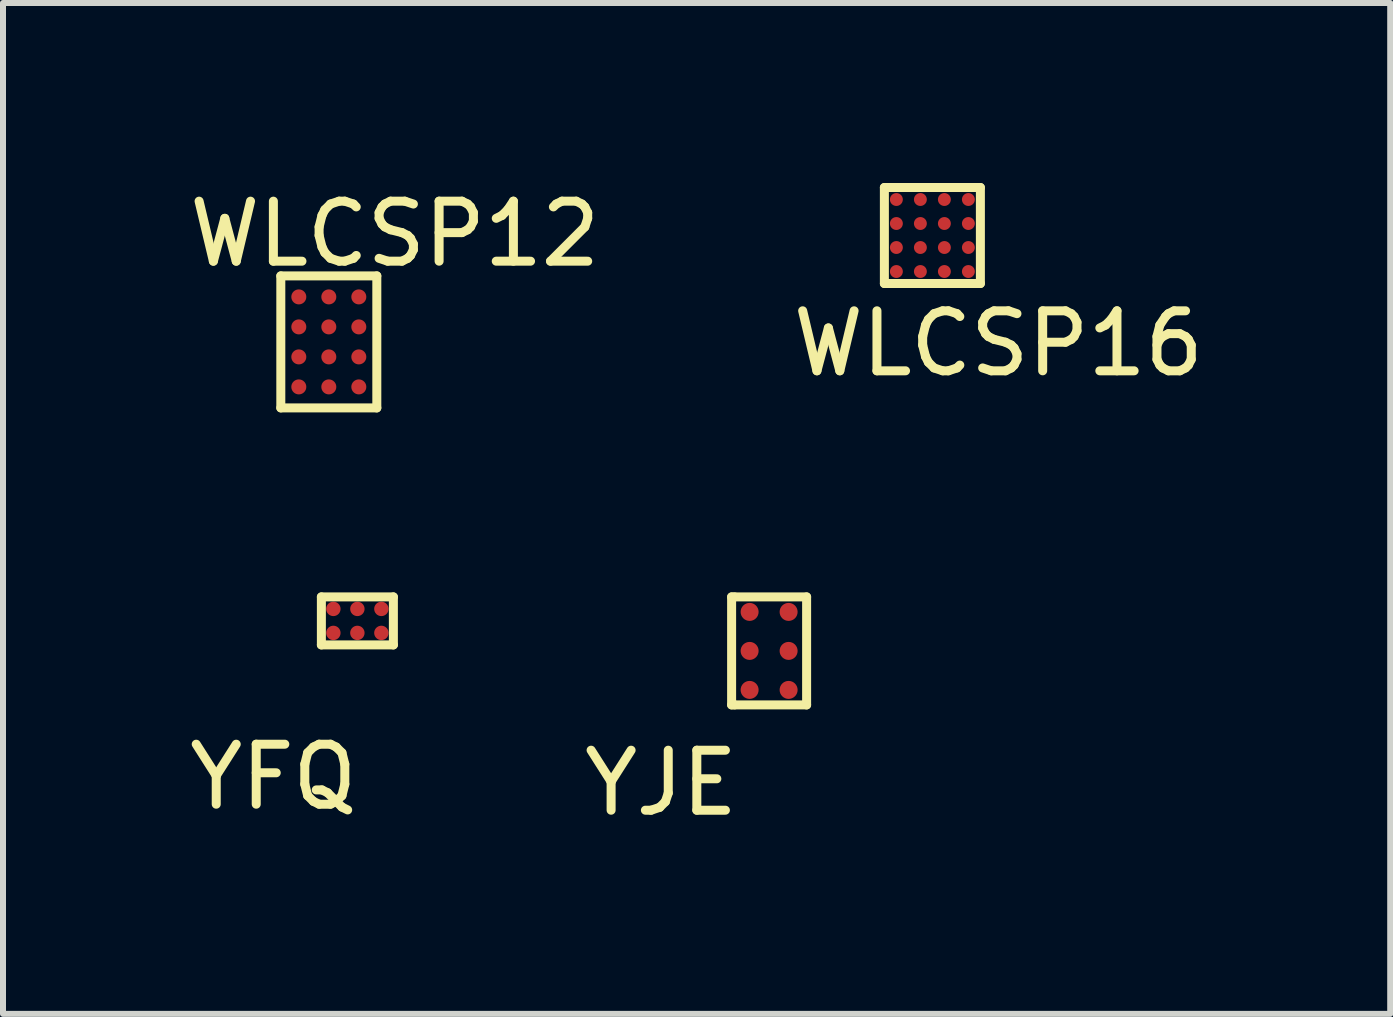
<source format=kicad_pcb>
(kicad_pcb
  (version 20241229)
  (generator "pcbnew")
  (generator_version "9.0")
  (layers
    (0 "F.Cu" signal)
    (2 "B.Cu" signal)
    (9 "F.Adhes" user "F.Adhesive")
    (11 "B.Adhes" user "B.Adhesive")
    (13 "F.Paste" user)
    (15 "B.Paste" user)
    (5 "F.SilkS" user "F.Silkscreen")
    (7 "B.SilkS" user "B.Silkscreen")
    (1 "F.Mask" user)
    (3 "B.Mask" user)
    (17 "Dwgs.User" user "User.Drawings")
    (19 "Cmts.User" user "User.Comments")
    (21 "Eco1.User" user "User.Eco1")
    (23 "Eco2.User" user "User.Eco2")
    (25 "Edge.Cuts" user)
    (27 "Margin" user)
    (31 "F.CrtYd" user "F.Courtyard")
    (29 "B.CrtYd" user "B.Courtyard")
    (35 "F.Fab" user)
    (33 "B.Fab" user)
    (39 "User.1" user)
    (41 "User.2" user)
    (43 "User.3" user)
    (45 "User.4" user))
  (footprint "YFQ"
    (layer "F.Cu")
    (at 2.906 7.298)
    (property "Reference" "YFQ" (at -1.4 2.6 0) (layer "F.SilkS") (effects (font (size 1 1) (thickness 0.15))))
    (attr through_hole)
    (fp_line (start -0.6 -0.4) (end 0.6 -0.4) (stroke (width 0.15) (type solid)) (layer "F.SilkS"))
    (fp_line (start -0.6 0.4) (end -0.6 -0.4) (stroke (width 0.15) (type solid)) (layer "F.SilkS"))
    (fp_line (start 0.6 -0.4) (end 0.6 0.4) (stroke (width 0.15) (type solid)) (layer "F.SilkS"))
    (fp_line (start 0.6 0.4) (end -0.6 0.4) (stroke (width 0.15) (type solid)) (layer "F.SilkS"))
    (pad "A1" smd circle (at -0.4 0.2 90) (size 0.24 0.24) (layers "F.Cu" "F.Mask" "F.Paste"))
    (pad "A2" smd circle (at -0.4 -0.2 90) (size 0.24 0.24) (layers "F.Cu" "F.Mask" "F.Paste"))
    (pad "B1" smd circle (at 0 0.2 90) (size 0.24 0.24) (layers "F.Cu" "F.Mask" "F.Paste"))
    (pad "B2" smd circle (at 0 -0.2 90) (size 0.24 0.24) (layers "F.Cu" "F.Mask" "F.Paste"))
    (pad "C1" smd circle (at 0.4 0.2 90) (size 0.24 0.24) (layers "F.Cu" "F.Mask" "F.Paste"))
    (pad "C2" smd circle (at 0.4 -0.2 90) (size 0.24 0.24) (layers "F.Cu" "F.Mask" "F.Paste")))
  (footprint "YJE"
    (layer "F.Cu")
    (at 9.768 7.798)
    (property "Reference" "YJE" (at -1.8 2.2 0) (layer "F.SilkS") (effects (font (size 1 1) (thickness 0.15))))
    (attr through_hole)
    (fp_line (start -0.625 -0.9) (end -0.625 0.9) (stroke (width 0.15) (type solid)) (layer "F.SilkS"))
    (fp_line (start -0.625 0.9) (end -0.575 0.9) (stroke (width 0.15) (type solid)) (layer "F.SilkS"))
    (fp_line (start -0.575 -0.9) (end -0.625 -0.9) (stroke (width 0.15) (type solid)) (layer "F.SilkS"))
    (fp_line (start -0.575 -0.9) (end 0.625 -0.9) (stroke (width 0.15) (type solid)) (layer "F.SilkS"))
    (fp_line (start 0.625 -0.9) (end 0.625 0.9) (stroke (width 0.15) (type solid)) (layer "F.SilkS"))
    (fp_line (start 0.625 0.9) (end -0.575 0.9) (stroke (width 0.15) (type solid)) (layer "F.SilkS"))
    (pad "A1" smd circle (at -0.325 -0.65) (size 0.3 0.3) (layers "F.Cu" "F.Mask" "F.Paste"))
    (pad "A2" smd circle (at 0.325 -0.65) (size 0.3 0.3) (layers "F.Cu" "F.Mask" "F.Paste"))
    (pad "B1" smd circle (at -0.325 0) (size 0.3 0.3) (layers "F.Cu" "F.Mask" "F.Paste"))
    (pad "B2" smd circle (at 0.325 0) (size 0.3 0.3) (layers "F.Cu" "F.Mask" "F.Paste"))
    (pad "C1" smd circle (at -0.325 0.65) (size 0.3 0.3) (layers "F.Cu" "F.Mask" "F.Paste"))
    (pad "C2" smd circle (at 0.325 0.65) (size 0.3 0.3) (layers "F.Cu" "F.Mask" "F.Paste")))
  (footprint "WLCSP16"
    (layer "F.Cu")
    (at 12.489 0.875)
    (property "Reference" "WLCSP16" (at 1.1 1.8 0) (layer "F.SilkS") (effects (font (size 1 1) (thickness 0.15))))
    (attr through_hole)
    (fp_line (start -0.8 -0.8) (end 0.8 -0.8) (stroke (width 0.15) (type solid)) (layer "F.SilkS"))
    (fp_line (start -0.8 0.8) (end -0.8 -0.8) (stroke (width 0.15) (type solid)) (layer "F.SilkS"))
    (fp_line (start 0.8 -0.8) (end 0.8 0.8) (stroke (width 0.15) (type solid)) (layer "F.SilkS"))
    (fp_line (start 0.8 0.8) (end -0.8 0.8) (stroke (width 0.15) (type solid)) (layer "F.SilkS"))
    (pad "A1" smd circle (at -0.6 -0.6) (size 0.215 0.215) (layers "F.Cu" "F.Mask" "F.Paste"))
    (pad "A2" smd circle (at -0.2 -0.6) (size 0.215 0.215) (layers "F.Cu" "F.Mask" "F.Paste"))
    (pad "A3" smd circle (at 0.2 -0.6) (size 0.215 0.215) (layers "F.Cu" "F.Mask" "F.Paste"))
    (pad "A4" smd circle (at 0.6 -0.6) (size 0.215 0.215) (layers "F.Cu" "F.Mask" "F.Paste"))
    (pad "B1" smd circle (at -0.6 -0.2) (size 0.215 0.215) (layers "F.Cu" "F.Mask" "F.Paste"))
    (pad "B2" smd circle (at -0.2 -0.2) (size 0.215 0.215) (layers "F.Cu" "F.Mask" "F.Paste"))
    (pad "B3" smd circle (at 0.2 -0.2) (size 0.215 0.215) (layers "F.Cu" "F.Mask" "F.Paste"))
    (pad "B4" smd circle (at 0.6 -0.2) (size 0.215 0.215) (layers "F.Cu" "F.Mask" "F.Paste"))
    (pad "C1" smd circle (at -0.6 0.2) (size 0.215 0.215) (layers "F.Cu" "F.Mask" "F.Paste"))
    (pad "C2" smd circle (at -0.2 0.2) (size 0.215 0.215) (layers "F.Cu" "F.Mask" "F.Paste"))
    (pad "C3" smd circle (at 0.2 0.2) (size 0.215 0.215) (layers "F.Cu" "F.Mask" "F.Paste"))
    (pad "C4" smd circle (at 0.6 0.2) (size 0.215 0.215) (layers "F.Cu" "F.Mask" "F.Paste"))
    (pad "D1" smd circle (at -0.6 0.6) (size 0.215 0.215) (layers "F.Cu" "F.Mask" "F.Paste"))
    (pad "D2" smd circle (at -0.2 0.6) (size 0.215 0.215) (layers "F.Cu" "F.Mask" "F.Paste"))
    (pad "D3" smd circle (at 0.2 0.6) (size 0.215 0.215) (layers "F.Cu" "F.Mask" "F.Paste"))
    (pad "D4" smd circle (at 0.6 0.6) (size 0.215 0.215) (layers "F.Cu" "F.Mask" "F.Paste")))
  (footprint "WLCSP12"
    (layer "F.Cu")
    (at 2.43 2.648)
    (property "Reference" "WLCSP12" (at 1.1 -1.8 0) (layer "F.SilkS") (effects (font (size 1 1) (thickness 0.15))))
    (attr through_hole)
    (fp_line (start -0.8 -1.1) (end -0.8 1.1) (stroke (width 0.15) (type solid)) (layer "F.SilkS"))
    (fp_line (start -0.8 1.1) (end 0.8 1.1) (stroke (width 0.15) (type solid)) (layer "F.SilkS"))
    (fp_line (start 0.8 -1.1) (end -0.8 -1.1) (stroke (width 0.15) (type solid)) (layer "F.SilkS"))
    (fp_line (start 0.8 1.1) (end 0.8 -1.1) (stroke (width 0.15) (type solid)) (layer "F.SilkS"))
    (pad "A1" smd circle (at -0.5 -0.75) (size 0.25 0.25) (layers "F.Cu" "F.Mask" "F.Paste"))
    (pad "A2" smd circle (at 0 -0.75) (size 0.25 0.25) (layers "F.Cu" "F.Mask" "F.Paste"))
    (pad "A3" smd circle (at 0.5 -0.75) (size 0.25 0.25) (layers "F.Cu" "F.Mask" "F.Paste"))
    (pad "B1" smd circle (at -0.5 -0.25) (size 0.25 0.25) (layers "F.Cu" "F.Mask" "F.Paste"))
    (pad "B2" smd circle (at 0 -0.25) (size 0.25 0.25) (layers "F.Cu" "F.Mask" "F.Paste"))
    (pad "B3" smd circle (at 0.5 -0.25) (size 0.25 0.25) (layers "F.Cu" "F.Mask" "F.Paste"))
    (pad "C1" smd circle (at -0.5 0.25) (size 0.25 0.25) (layers "F.Cu" "F.Mask" "F.Paste"))
    (pad "C2" smd circle (at 0 0.25) (size 0.25 0.25) (layers "F.Cu" "F.Mask" "F.Paste"))
    (pad "C3" smd circle (at 0.5 0.25) (size 0.25 0.25) (layers "F.Cu" "F.Mask" "F.Paste"))
    (pad "D1" smd circle (at -0.5 0.75) (size 0.25 0.25) (layers "F.Cu" "F.Mask" "F.Paste"))
    (pad "D2" smd circle (at 0 0.75) (size 0.25 0.25) (layers "F.Cu" "F.Mask" "F.Paste"))
    (pad "D3" smd circle (at 0.5 0.75) (size 0.25 0.25) (layers "F.Cu" "F.Mask" "F.Paste")))
  (gr_rect
    (start -3 -3)
    (end 20.119 13.847)
    (stroke (width 0.1) (type default))
    (fill no)
    (layer "Edge.Cuts")))
</source>
